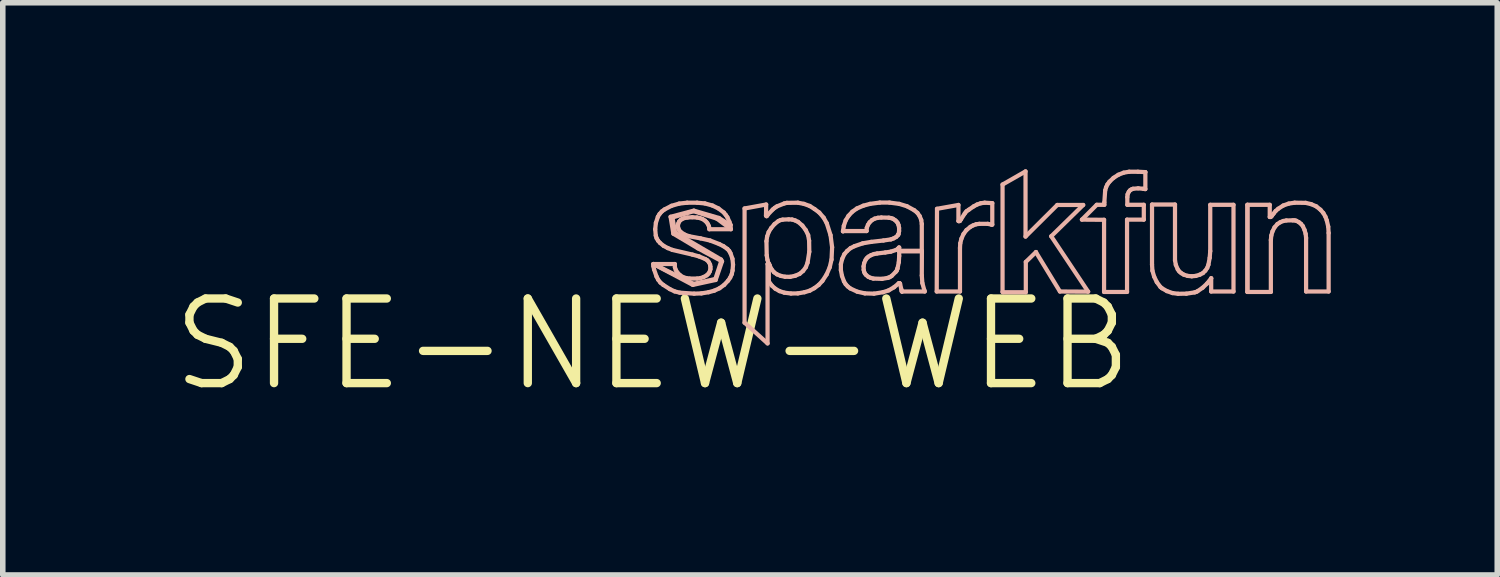
<source format=kicad_pcb>
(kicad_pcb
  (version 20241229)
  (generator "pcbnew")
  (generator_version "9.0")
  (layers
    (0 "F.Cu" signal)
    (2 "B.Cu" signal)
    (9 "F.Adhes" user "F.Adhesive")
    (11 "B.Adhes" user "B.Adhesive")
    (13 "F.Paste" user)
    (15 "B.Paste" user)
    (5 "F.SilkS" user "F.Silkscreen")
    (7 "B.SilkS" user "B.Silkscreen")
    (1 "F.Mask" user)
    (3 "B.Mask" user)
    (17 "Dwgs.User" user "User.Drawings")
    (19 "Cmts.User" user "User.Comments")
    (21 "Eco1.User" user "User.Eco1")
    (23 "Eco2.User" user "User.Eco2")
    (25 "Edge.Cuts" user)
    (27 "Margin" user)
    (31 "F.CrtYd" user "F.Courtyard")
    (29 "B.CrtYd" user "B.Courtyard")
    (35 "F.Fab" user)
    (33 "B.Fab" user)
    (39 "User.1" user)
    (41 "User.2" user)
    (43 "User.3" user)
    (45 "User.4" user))
  (footprint "SFE-NEW-WEB"
    (layer "F.Cu")
    (at 8.709 3.155)
    (property "Reference" "SFE-NEW-WEB" (at 0 0 0) (layer "F.SilkS") (effects (font (size 1.524 1.524) (thickness 0.15))))
    (attr exclude_from_pos_files exclude_from_bom)
    (fp_line (start 0.013 -1.448) (end 0.013 -1.41) (stroke (width 0.076) (type solid)) (layer "B.SilkS"))
    (fp_line (start 0.013 -1.448) (end 0.724 -1.072) (stroke (width 0.076) (type solid)) (layer "B.SilkS"))
    (fp_line (start 0.013 -1.41) (end 0.025 -1.351) (stroke (width 0.076) (type solid)) (layer "B.SilkS"))
    (fp_line (start 0.025 -1.351) (end 0.069 -1.224) (stroke (width 0.076) (type solid)) (layer "B.SilkS"))
    (fp_line (start 0.046 -2.075) (end 0.056 -1.961) (stroke (width 0.076) (type solid)) (layer "B.SilkS"))
    (fp_line (start 0.056 -1.961) (end 0.071 -1.913) (stroke (width 0.076) (type solid)) (layer "B.SilkS"))
    (fp_line (start 0.058 -2.189) (end 0.046 -2.075) (stroke (width 0.076) (type solid)) (layer "B.SilkS"))
    (fp_line (start 0.069 -1.224) (end 0.099 -1.166) (stroke (width 0.076) (type solid)) (layer "B.SilkS"))
    (fp_line (start 0.071 -1.913) (end 0.097 -1.869) (stroke (width 0.076) (type solid)) (layer "B.SilkS"))
    (fp_line (start 0.094 -2.299) (end 0.058 -2.189) (stroke (width 0.076) (type solid)) (layer "B.SilkS"))
    (fp_line (start 0.097 -1.869) (end 0.132 -1.829) (stroke (width 0.076) (type solid)) (layer "B.SilkS"))
    (fp_line (start 0.099 -1.166) (end 0.14 -1.113) (stroke (width 0.076) (type solid)) (layer "B.SilkS"))
    (fp_line (start 0.124 -2.349) (end 0.094 -2.299) (stroke (width 0.076) (type solid)) (layer "B.SilkS"))
    (fp_line (start 0.132 -1.829) (end 0.198 -1.775) (stroke (width 0.076) (type solid)) (layer "B.SilkS"))
    (fp_line (start 0.14 -1.113) (end 0.191 -1.072) (stroke (width 0.076) (type solid)) (layer "B.SilkS"))
    (fp_line (start 0.165 -2.395) (end 0.124 -2.349) (stroke (width 0.076) (type solid)) (layer "B.SilkS"))
    (fp_line (start 0.191 -1.072) (end 0.31 -0.996) (stroke (width 0.076) (type solid)) (layer "B.SilkS"))
    (fp_line (start 0.198 -1.775) (end 0.274 -1.735) (stroke (width 0.076) (type solid)) (layer "B.SilkS"))
    (fp_line (start 0.213 -2.431) (end 0.165 -2.395) (stroke (width 0.076) (type solid)) (layer "B.SilkS"))
    (fp_line (start 0.274 -1.735) (end 0.356 -1.702) (stroke (width 0.076) (type solid)) (layer "B.SilkS"))
    (fp_line (start 0.31 -0.996) (end 0.396 -0.955) (stroke (width 0.076) (type solid)) (layer "B.SilkS"))
    (fp_line (start 0.323 -2.299) (end 0.373 -1.994) (stroke (width 0.076) (type solid)) (layer "B.SilkS"))
    (fp_line (start 0.34 -2.497) (end 0.213 -2.431) (stroke (width 0.076) (type solid)) (layer "B.SilkS"))
    (fp_line (start 0.356 -2.286) (end 0.737 -2.4) (stroke (width 0.076) (type solid)) (layer "B.SilkS"))
    (fp_line (start 0.356 -1.702) (end 0.716 -1.618) (stroke (width 0.076) (type solid)) (layer "B.SilkS"))
    (fp_line (start 0.373 -1.994) (end 0.813 -1.732) (stroke (width 0.076) (type solid)) (layer "B.SilkS"))
    (fp_line (start 0.396 -0.955) (end 0.488 -0.932) (stroke (width 0.076) (type solid)) (layer "B.SilkS"))
    (fp_line (start 0.399 -1.448) (end 0.013 -1.448) (stroke (width 0.076) (type solid)) (layer "B.SilkS"))
    (fp_line (start 0.399 -1.44) (end 0.399 -1.448) (stroke (width 0.076) (type solid)) (layer "B.SilkS"))
    (fp_line (start 0.401 -1.389) (end 0.399 -1.44) (stroke (width 0.076) (type solid)) (layer "B.SilkS"))
    (fp_line (start 0.406 -2.012) (end 0.356 -2.286) (stroke (width 0.076) (type solid)) (layer "B.SilkS"))
    (fp_line (start 0.417 -1.341) (end 0.401 -1.389) (stroke (width 0.076) (type solid)) (layer "B.SilkS"))
    (fp_line (start 0.445 -1.295) (end 0.417 -1.341) (stroke (width 0.076) (type solid)) (layer "B.SilkS"))
    (fp_line (start 0.455 -2.134) (end 0.46 -2.174) (stroke (width 0.076) (type solid)) (layer "B.SilkS"))
    (fp_line (start 0.46 -2.174) (end 0.475 -2.21) (stroke (width 0.076) (type solid)) (layer "B.SilkS"))
    (fp_line (start 0.462 -2.093) (end 0.455 -2.134) (stroke (width 0.076) (type solid)) (layer "B.SilkS"))
    (fp_line (start 0.475 -2.21) (end 0.503 -2.24) (stroke (width 0.076) (type solid)) (layer "B.SilkS"))
    (fp_line (start 0.478 -2.537) (end 0.34 -2.497) (stroke (width 0.076) (type solid)) (layer "B.SilkS"))
    (fp_line (start 0.48 -2.052) (end 0.462 -2.093) (stroke (width 0.076) (type solid)) (layer "B.SilkS"))
    (fp_line (start 0.488 -0.932) (end 0.747 -0.914) (stroke (width 0.076) (type solid)) (layer "B.SilkS"))
    (fp_line (start 0.49 -1.25) (end 0.445 -1.295) (stroke (width 0.076) (type solid)) (layer "B.SilkS"))
    (fp_line (start 0.503 -2.24) (end 0.533 -2.261) (stroke (width 0.076) (type solid)) (layer "B.SilkS"))
    (fp_line (start 0.513 -2.019) (end 0.48 -2.052) (stroke (width 0.076) (type solid)) (layer "B.SilkS"))
    (fp_line (start 0.533 -2.261) (end 0.579 -2.278) (stroke (width 0.076) (type solid)) (layer "B.SilkS"))
    (fp_line (start 0.544 -1.214) (end 0.49 -1.25) (stroke (width 0.076) (type solid)) (layer "B.SilkS"))
    (fp_line (start 0.579 -2.278) (end 0.627 -2.286) (stroke (width 0.076) (type solid)) (layer "B.SilkS"))
    (fp_line (start 0.582 -1.976) (end 0.513 -2.019) (stroke (width 0.076) (type solid)) (layer "B.SilkS"))
    (fp_line (start 0.607 -1.194) (end 0.544 -1.214) (stroke (width 0.076) (type solid)) (layer "B.SilkS"))
    (fp_line (start 0.622 -2.553) (end 0.478 -2.537) (stroke (width 0.076) (type solid)) (layer "B.SilkS"))
    (fp_line (start 0.627 -2.286) (end 0.714 -2.291) (stroke (width 0.076) (type solid)) (layer "B.SilkS"))
    (fp_line (start 0.66 -1.948) (end 0.582 -1.976) (stroke (width 0.076) (type solid)) (layer "B.SilkS"))
    (fp_line (start 0.665 -1.186) (end 0.607 -1.194) (stroke (width 0.076) (type solid)) (layer "B.SilkS"))
    (fp_line (start 0.714 -2.291) (end 0.8 -2.286) (stroke (width 0.076) (type solid)) (layer "B.SilkS"))
    (fp_line (start 0.716 -1.618) (end 0.836 -1.585) (stroke (width 0.076) (type solid)) (layer "B.SilkS"))
    (fp_line (start 0.724 -1.072) (end 1.135 -1.161) (stroke (width 0.076) (type solid)) (layer "B.SilkS"))
    (fp_line (start 0.737 -2.4) (end 1.156 -2.266) (stroke (width 0.076) (type solid)) (layer "B.SilkS"))
    (fp_line (start 0.737 -1.09) (end 0.013 -1.448) (stroke (width 0.076) (type solid)) (layer "B.SilkS"))
    (fp_line (start 0.742 -2.41) (end 0.323 -2.299) (stroke (width 0.076) (type solid)) (layer "B.SilkS"))
    (fp_line (start 0.747 -0.914) (end 0.879 -0.919) (stroke (width 0.076) (type solid)) (layer "B.SilkS"))
    (fp_line (start 0.8 -2.553) (end 0.622 -2.553) (stroke (width 0.076) (type solid)) (layer "B.SilkS"))
    (fp_line (start 0.8 -2.286) (end 0.851 -2.276) (stroke (width 0.076) (type solid)) (layer "B.SilkS"))
    (fp_line (start 0.8 -1.186) (end 0.665 -1.186) (stroke (width 0.076) (type solid)) (layer "B.SilkS"))
    (fp_line (start 0.813 -1.732) (end 1.237 -1.504) (stroke (width 0.076) (type solid)) (layer "B.SilkS"))
    (fp_line (start 0.836 -1.585) (end 0.95 -1.537) (stroke (width 0.076) (type solid)) (layer "B.SilkS"))
    (fp_line (start 0.851 -2.276) (end 0.899 -2.258) (stroke (width 0.076) (type solid)) (layer "B.SilkS"))
    (fp_line (start 0.861 -1.194) (end 0.8 -1.186) (stroke (width 0.076) (type solid)) (layer "B.SilkS"))
    (fp_line (start 0.864 -1.91) (end 0.66 -1.948) (stroke (width 0.076) (type solid)) (layer "B.SilkS"))
    (fp_line (start 0.879 -0.919) (end 1.008 -0.94) (stroke (width 0.076) (type solid)) (layer "B.SilkS"))
    (fp_line (start 0.899 -2.258) (end 0.945 -2.228) (stroke (width 0.076) (type solid)) (layer "B.SilkS"))
    (fp_line (start 0.919 -1.214) (end 0.861 -1.194) (stroke (width 0.076) (type solid)) (layer "B.SilkS"))
    (fp_line (start 0.94 -2.54) (end 0.8 -2.553) (stroke (width 0.076) (type solid)) (layer "B.SilkS"))
    (fp_line (start 0.945 -2.228) (end 0.973 -2.2) (stroke (width 0.076) (type solid)) (layer "B.SilkS"))
    (fp_line (start 0.95 -1.537) (end 0.986 -1.514) (stroke (width 0.076) (type solid)) (layer "B.SilkS"))
    (fp_line (start 0.973 -2.2) (end 0.996 -2.167) (stroke (width 0.076) (type solid)) (layer "B.SilkS"))
    (fp_line (start 0.975 -1.245) (end 0.919 -1.214) (stroke (width 0.076) (type solid)) (layer "B.SilkS"))
    (fp_line (start 0.986 -1.514) (end 1.013 -1.481) (stroke (width 0.076) (type solid)) (layer "B.SilkS"))
    (fp_line (start 0.996 -2.167) (end 1.013 -2.131) (stroke (width 0.076) (type solid)) (layer "B.SilkS"))
    (fp_line (start 1.006 -1.275) (end 0.975 -1.245) (stroke (width 0.076) (type solid)) (layer "B.SilkS"))
    (fp_line (start 1.008 -0.94) (end 1.11 -0.968) (stroke (width 0.076) (type solid)) (layer "B.SilkS"))
    (fp_line (start 1.013 -2.131) (end 1.019 -2.103) (stroke (width 0.076) (type solid)) (layer "B.SilkS"))
    (fp_line (start 1.013 -1.481) (end 1.034 -1.44) (stroke (width 0.076) (type solid)) (layer "B.SilkS"))
    (fp_line (start 1.019 -2.103) (end 1.021 -2.075) (stroke (width 0.076) (type solid)) (layer "B.SilkS"))
    (fp_line (start 1.021 -2.075) (end 1.41 -2.075) (stroke (width 0.076) (type solid)) (layer "B.SilkS"))
    (fp_line (start 1.029 -1.313) (end 1.006 -1.275) (stroke (width 0.076) (type solid)) (layer "B.SilkS"))
    (fp_line (start 1.034 -1.872) (end 0.864 -1.91) (stroke (width 0.076) (type solid)) (layer "B.SilkS"))
    (fp_line (start 1.034 -1.44) (end 1.041 -1.4) (stroke (width 0.076) (type solid)) (layer "B.SilkS"))
    (fp_line (start 1.041 -1.4) (end 1.041 -1.356) (stroke (width 0.076) (type solid)) (layer "B.SilkS"))
    (fp_line (start 1.041 -1.356) (end 1.029 -1.313) (stroke (width 0.076) (type solid)) (layer "B.SilkS"))
    (fp_line (start 1.077 -2.502) (end 0.94 -2.54) (stroke (width 0.076) (type solid)) (layer "B.SilkS"))
    (fp_line (start 1.11 -0.968) (end 1.204 -1.011) (stroke (width 0.076) (type solid)) (layer "B.SilkS"))
    (fp_line (start 1.13 -1.179) (end 0.737 -1.09) (stroke (width 0.076) (type solid)) (layer "B.SilkS"))
    (fp_line (start 1.135 -1.161) (end 1.25 -1.496) (stroke (width 0.076) (type solid)) (layer "B.SilkS"))
    (fp_line (start 1.156 -2.266) (end 1.351 -2.121) (stroke (width 0.076) (type solid)) (layer "B.SilkS"))
    (fp_line (start 1.186 -2.449) (end 1.077 -2.502) (stroke (width 0.076) (type solid)) (layer "B.SilkS"))
    (fp_line (start 1.194 -2.278) (end 0.742 -2.41) (stroke (width 0.076) (type solid)) (layer "B.SilkS"))
    (fp_line (start 1.199 -1.808) (end 1.034 -1.872) (stroke (width 0.076) (type solid)) (layer "B.SilkS"))
    (fp_line (start 1.204 -1.011) (end 1.288 -1.072) (stroke (width 0.076) (type solid)) (layer "B.SilkS"))
    (fp_line (start 1.232 -1.529) (end 0.406 -2.012) (stroke (width 0.076) (type solid)) (layer "B.SilkS"))
    (fp_line (start 1.237 -1.504) (end 1.13 -1.179) (stroke (width 0.076) (type solid)) (layer "B.SilkS"))
    (fp_line (start 1.25 -1.496) (end 1.232 -1.529) (stroke (width 0.076) (type solid)) (layer "B.SilkS"))
    (fp_line (start 1.275 -1.77) (end 1.199 -1.808) (stroke (width 0.076) (type solid)) (layer "B.SilkS"))
    (fp_line (start 1.283 -2.375) (end 1.186 -2.449) (stroke (width 0.076) (type solid)) (layer "B.SilkS"))
    (fp_line (start 1.288 -1.072) (end 1.359 -1.148) (stroke (width 0.076) (type solid)) (layer "B.SilkS"))
    (fp_line (start 1.316 -2.334) (end 1.283 -2.375) (stroke (width 0.076) (type solid)) (layer "B.SilkS"))
    (fp_line (start 1.346 -2.291) (end 1.316 -2.334) (stroke (width 0.076) (type solid)) (layer "B.SilkS"))
    (fp_line (start 1.346 -1.72) (end 1.275 -1.77) (stroke (width 0.076) (type solid)) (layer "B.SilkS"))
    (fp_line (start 1.351 -2.121) (end 1.402 -2.156) (stroke (width 0.076) (type solid)) (layer "B.SilkS"))
    (fp_line (start 1.359 -1.148) (end 1.397 -1.204) (stroke (width 0.076) (type solid)) (layer "B.SilkS"))
    (fp_line (start 1.379 -1.684) (end 1.346 -1.72) (stroke (width 0.076) (type solid)) (layer "B.SilkS"))
    (fp_line (start 1.382 -2.21) (end 1.346 -2.291) (stroke (width 0.076) (type solid)) (layer "B.SilkS"))
    (fp_line (start 1.397 -1.204) (end 1.425 -1.265) (stroke (width 0.076) (type solid)) (layer "B.SilkS"))
    (fp_line (start 1.402 -2.156) (end 1.382 -2.21) (stroke (width 0.076) (type solid)) (layer "B.SilkS"))
    (fp_line (start 1.402 -2.146) (end 1.194 -2.278) (stroke (width 0.076) (type solid)) (layer "B.SilkS"))
    (fp_line (start 1.402 -1.643) (end 1.379 -1.684) (stroke (width 0.076) (type solid)) (layer "B.SilkS"))
    (fp_line (start 1.41 -2.075) (end 1.402 -2.146) (stroke (width 0.076) (type solid)) (layer "B.SilkS"))
    (fp_line (start 1.425 -1.265) (end 1.44 -1.333) (stroke (width 0.076) (type solid)) (layer "B.SilkS"))
    (fp_line (start 1.438 -1.542) (end 1.402 -1.643) (stroke (width 0.076) (type solid)) (layer "B.SilkS"))
    (fp_line (start 1.44 -1.333) (end 1.448 -1.435) (stroke (width 0.076) (type solid)) (layer "B.SilkS"))
    (fp_line (start 1.448 -1.435) (end 1.438 -1.542) (stroke (width 0.076) (type solid)) (layer "B.SilkS"))
    (fp_line (start 1.656 -2.449) (end 2.045 -2.52) (stroke (width 0.076) (type solid)) (layer "B.SilkS"))
    (fp_line (start 1.656 -0.391) (end 1.656 -2.449) (stroke (width 0.076) (type solid)) (layer "B.SilkS"))
    (fp_line (start 2.042 -2.322) (end 2.05 -2.311) (stroke (width 0.076) (type solid)) (layer "B.SilkS"))
    (fp_line (start 2.045 -2.52) (end 2.042 -2.322) (stroke (width 0.076) (type solid)) (layer "B.SilkS"))
    (fp_line (start 2.05 -2.311) (end 2.055 -2.311) (stroke (width 0.076) (type solid)) (layer "B.SilkS"))
    (fp_line (start 2.05 -1.859) (end 2.055 -1.605) (stroke (width 0.076) (type solid)) (layer "B.SilkS"))
    (fp_line (start 2.055 -2.311) (end 2.075 -2.337) (stroke (width 0.076) (type solid)) (layer "B.SilkS"))
    (fp_line (start 2.055 -1.605) (end 2.068 -1.524) (stroke (width 0.076) (type solid)) (layer "B.SilkS"))
    (fp_line (start 2.062 -1.943) (end 2.05 -1.859) (stroke (width 0.076) (type solid)) (layer "B.SilkS"))
    (fp_line (start 2.068 -1.524) (end 2.088 -1.458) (stroke (width 0.076) (type solid)) (layer "B.SilkS"))
    (fp_line (start 2.07 -1.448) (end 2.07 -0.018) (stroke (width 0.076) (type solid)) (layer "B.SilkS"))
    (fp_line (start 2.07 -0.018) (end 1.656 -0.391) (stroke (width 0.076) (type solid)) (layer "B.SilkS"))
    (fp_line (start 2.075 -2.337) (end 2.164 -2.431) (stroke (width 0.076) (type solid)) (layer "B.SilkS"))
    (fp_line (start 2.083 -1.448) (end 2.07 -1.448) (stroke (width 0.076) (type solid)) (layer "B.SilkS"))
    (fp_line (start 2.085 -1.448) (end 2.083 -1.448) (stroke (width 0.076) (type solid)) (layer "B.SilkS"))
    (fp_line (start 2.088 -1.458) (end 2.09 -1.453) (stroke (width 0.076) (type solid)) (layer "B.SilkS"))
    (fp_line (start 2.088 -1.45) (end 2.085 -1.448) (stroke (width 0.076) (type solid)) (layer "B.SilkS"))
    (fp_line (start 2.09 -2.024) (end 2.062 -1.943) (stroke (width 0.076) (type solid)) (layer "B.SilkS"))
    (fp_line (start 2.09 -1.453) (end 2.088 -1.45) (stroke (width 0.076) (type solid)) (layer "B.SilkS"))
    (fp_line (start 2.093 -1.433) (end 2.101 -1.44) (stroke (width 0.076) (type solid)) (layer "B.SilkS"))
    (fp_line (start 2.093 -1.135) (end 2.093 -1.433) (stroke (width 0.076) (type solid)) (layer "B.SilkS"))
    (fp_line (start 2.101 -1.44) (end 2.101 -1.435) (stroke (width 0.076) (type solid)) (layer "B.SilkS"))
    (fp_line (start 2.101 -1.435) (end 2.101 -1.425) (stroke (width 0.076) (type solid)) (layer "B.SilkS"))
    (fp_line (start 2.101 -1.425) (end 2.108 -1.415) (stroke (width 0.076) (type solid)) (layer "B.SilkS"))
    (fp_line (start 2.108 -1.415) (end 2.113 -1.41) (stroke (width 0.076) (type solid)) (layer "B.SilkS"))
    (fp_line (start 2.113 -1.41) (end 2.144 -1.351) (stroke (width 0.076) (type solid)) (layer "B.SilkS"))
    (fp_line (start 2.134 -2.095) (end 2.09 -2.024) (stroke (width 0.076) (type solid)) (layer "B.SilkS"))
    (fp_line (start 2.144 -1.351) (end 2.187 -1.3) (stroke (width 0.076) (type solid)) (layer "B.SilkS"))
    (fp_line (start 2.144 -1.062) (end 2.093 -1.135) (stroke (width 0.076) (type solid)) (layer "B.SilkS"))
    (fp_line (start 2.164 -2.431) (end 2.2 -2.461) (stroke (width 0.076) (type solid)) (layer "B.SilkS"))
    (fp_line (start 2.187 -1.3) (end 2.24 -1.262) (stroke (width 0.076) (type solid)) (layer "B.SilkS"))
    (fp_line (start 2.195 -2.167) (end 2.134 -2.095) (stroke (width 0.076) (type solid)) (layer "B.SilkS"))
    (fp_line (start 2.2 -2.461) (end 2.24 -2.487) (stroke (width 0.076) (type solid)) (layer "B.SilkS"))
    (fp_line (start 2.21 -1.003) (end 2.144 -1.062) (stroke (width 0.076) (type solid)) (layer "B.SilkS"))
    (fp_line (start 2.24 -2.487) (end 2.372 -2.54) (stroke (width 0.076) (type solid)) (layer "B.SilkS"))
    (fp_line (start 2.24 -1.262) (end 2.309 -1.234) (stroke (width 0.076) (type solid)) (layer "B.SilkS"))
    (fp_line (start 2.266 -2.223) (end 2.195 -2.167) (stroke (width 0.076) (type solid)) (layer "B.SilkS"))
    (fp_line (start 2.286 -0.96) (end 2.21 -1.003) (stroke (width 0.076) (type solid)) (layer "B.SilkS"))
    (fp_line (start 2.304 -2.24) (end 2.266 -2.223) (stroke (width 0.076) (type solid)) (layer "B.SilkS"))
    (fp_line (start 2.309 -1.234) (end 2.385 -1.219) (stroke (width 0.076) (type solid)) (layer "B.SilkS"))
    (fp_line (start 2.342 -2.248) (end 2.304 -2.24) (stroke (width 0.076) (type solid)) (layer "B.SilkS"))
    (fp_line (start 2.372 -2.54) (end 2.418 -2.55) (stroke (width 0.076) (type solid)) (layer "B.SilkS"))
    (fp_line (start 2.372 -0.932) (end 2.286 -0.96) (stroke (width 0.076) (type solid)) (layer "B.SilkS"))
    (fp_line (start 2.385 -1.219) (end 2.477 -1.217) (stroke (width 0.076) (type solid)) (layer "B.SilkS"))
    (fp_line (start 2.418 -2.55) (end 2.616 -2.553) (stroke (width 0.076) (type solid)) (layer "B.SilkS"))
    (fp_line (start 2.451 -2.253) (end 2.342 -2.248) (stroke (width 0.076) (type solid)) (layer "B.SilkS"))
    (fp_line (start 2.477 -1.217) (end 2.57 -1.237) (stroke (width 0.076) (type solid)) (layer "B.SilkS"))
    (fp_line (start 2.492 -0.917) (end 2.372 -0.932) (stroke (width 0.076) (type solid)) (layer "B.SilkS"))
    (fp_line (start 2.512 -2.25) (end 2.451 -2.253) (stroke (width 0.076) (type solid)) (layer "B.SilkS"))
    (fp_line (start 2.568 -2.233) (end 2.512 -2.25) (stroke (width 0.076) (type solid)) (layer "B.SilkS"))
    (fp_line (start 2.57 -1.237) (end 2.647 -1.27) (stroke (width 0.076) (type solid)) (layer "B.SilkS"))
    (fp_line (start 2.616 -2.553) (end 2.725 -2.532) (stroke (width 0.076) (type solid)) (layer "B.SilkS"))
    (fp_line (start 2.616 -0.919) (end 2.492 -0.917) (stroke (width 0.076) (type solid)) (layer "B.SilkS"))
    (fp_line (start 2.621 -2.207) (end 2.568 -2.233) (stroke (width 0.076) (type solid)) (layer "B.SilkS"))
    (fp_line (start 2.647 -1.27) (end 2.71 -1.323) (stroke (width 0.076) (type solid)) (layer "B.SilkS"))
    (fp_line (start 2.697 -2.141) (end 2.621 -2.207) (stroke (width 0.076) (type solid)) (layer "B.SilkS"))
    (fp_line (start 2.71 -1.323) (end 2.761 -1.392) (stroke (width 0.076) (type solid)) (layer "B.SilkS"))
    (fp_line (start 2.725 -2.532) (end 2.83 -2.494) (stroke (width 0.076) (type solid)) (layer "B.SilkS"))
    (fp_line (start 2.736 -0.94) (end 2.616 -0.919) (stroke (width 0.076) (type solid)) (layer "B.SilkS"))
    (fp_line (start 2.758 -2.06) (end 2.697 -2.141) (stroke (width 0.076) (type solid)) (layer "B.SilkS"))
    (fp_line (start 2.761 -1.392) (end 2.791 -1.473) (stroke (width 0.076) (type solid)) (layer "B.SilkS"))
    (fp_line (start 2.791 -1.473) (end 2.822 -1.669) (stroke (width 0.076) (type solid)) (layer "B.SilkS"))
    (fp_line (start 2.802 -1.968) (end 2.758 -2.06) (stroke (width 0.076) (type solid)) (layer "B.SilkS"))
    (fp_line (start 2.819 -1.867) (end 2.802 -1.968) (stroke (width 0.076) (type solid)) (layer "B.SilkS"))
    (fp_line (start 2.822 -1.669) (end 2.819 -1.867) (stroke (width 0.076) (type solid)) (layer "B.SilkS"))
    (fp_line (start 2.83 -2.494) (end 2.918 -2.438) (stroke (width 0.076) (type solid)) (layer "B.SilkS"))
    (fp_line (start 2.83 -0.968) (end 2.736 -0.94) (stroke (width 0.076) (type solid)) (layer "B.SilkS"))
    (fp_line (start 2.913 -1.013) (end 2.83 -0.968) (stroke (width 0.076) (type solid)) (layer "B.SilkS"))
    (fp_line (start 2.918 -2.438) (end 3.002 -2.375) (stroke (width 0.076) (type solid)) (layer "B.SilkS"))
    (fp_line (start 2.992 -1.072) (end 2.913 -1.013) (stroke (width 0.076) (type solid)) (layer "B.SilkS"))
    (fp_line (start 3.002 -2.375) (end 3.081 -2.283) (stroke (width 0.076) (type solid)) (layer "B.SilkS"))
    (fp_line (start 3.058 -1.143) (end 2.992 -1.072) (stroke (width 0.076) (type solid)) (layer "B.SilkS"))
    (fp_line (start 3.081 -2.283) (end 3.137 -2.182) (stroke (width 0.076) (type solid)) (layer "B.SilkS"))
    (fp_line (start 3.134 -1.26) (end 3.058 -1.143) (stroke (width 0.076) (type solid)) (layer "B.SilkS"))
    (fp_line (start 3.137 -2.182) (end 3.205 -1.968) (stroke (width 0.076) (type solid)) (layer "B.SilkS"))
    (fp_line (start 3.19 -1.389) (end 3.134 -1.26) (stroke (width 0.076) (type solid)) (layer "B.SilkS"))
    (fp_line (start 3.205 -1.968) (end 3.233 -1.75) (stroke (width 0.076) (type solid)) (layer "B.SilkS"))
    (fp_line (start 3.223 -1.529) (end 3.19 -1.389) (stroke (width 0.076) (type solid)) (layer "B.SilkS"))
    (fp_line (start 3.233 -1.75) (end 3.223 -1.529) (stroke (width 0.076) (type solid)) (layer "B.SilkS"))
    (fp_line (start 3.391 -1.445) (end 3.391 -1.339) (stroke (width 0.076) (type solid)) (layer "B.SilkS"))
    (fp_line (start 3.391 -1.339) (end 3.411 -1.234) (stroke (width 0.076) (type solid)) (layer "B.SilkS"))
    (fp_line (start 3.411 -1.234) (end 3.447 -1.135) (stroke (width 0.076) (type solid)) (layer "B.SilkS"))
    (fp_line (start 3.414 -1.539) (end 3.391 -1.445) (stroke (width 0.076) (type solid)) (layer "B.SilkS"))
    (fp_line (start 3.429 -2.042) (end 3.853 -2.042) (stroke (width 0.076) (type solid)) (layer "B.SilkS"))
    (fp_line (start 3.429 -2.037) (end 3.429 -2.042) (stroke (width 0.076) (type solid)) (layer "B.SilkS"))
    (fp_line (start 3.444 -2.136) (end 3.429 -2.037) (stroke (width 0.076) (type solid)) (layer "B.SilkS"))
    (fp_line (start 3.447 -1.135) (end 3.477 -1.085) (stroke (width 0.076) (type solid)) (layer "B.SilkS"))
    (fp_line (start 3.454 -1.626) (end 3.414 -1.539) (stroke (width 0.076) (type solid)) (layer "B.SilkS"))
    (fp_line (start 3.477 -2.233) (end 3.444 -2.136) (stroke (width 0.076) (type solid)) (layer "B.SilkS"))
    (fp_line (start 3.477 -1.085) (end 3.515 -1.044) (stroke (width 0.076) (type solid)) (layer "B.SilkS"))
    (fp_line (start 3.505 -1.684) (end 3.454 -1.626) (stroke (width 0.076) (type solid)) (layer "B.SilkS"))
    (fp_line (start 3.515 -1.044) (end 3.561 -1.008) (stroke (width 0.076) (type solid)) (layer "B.SilkS"))
    (fp_line (start 3.528 -2.316) (end 3.477 -2.233) (stroke (width 0.076) (type solid)) (layer "B.SilkS"))
    (fp_line (start 3.561 -1.008) (end 3.686 -0.95) (stroke (width 0.076) (type solid)) (layer "B.SilkS"))
    (fp_line (start 3.566 -1.735) (end 3.505 -1.684) (stroke (width 0.076) (type solid)) (layer "B.SilkS"))
    (fp_line (start 3.597 -2.39) (end 3.528 -2.316) (stroke (width 0.076) (type solid)) (layer "B.SilkS"))
    (fp_line (start 3.637 -1.77) (end 3.566 -1.735) (stroke (width 0.076) (type solid)) (layer "B.SilkS"))
    (fp_line (start 3.68 -2.449) (end 3.597 -2.39) (stroke (width 0.076) (type solid)) (layer "B.SilkS"))
    (fp_line (start 3.686 -0.95) (end 3.823 -0.919) (stroke (width 0.076) (type solid)) (layer "B.SilkS"))
    (fp_line (start 3.785 -1.821) (end 3.637 -1.77) (stroke (width 0.076) (type solid)) (layer "B.SilkS"))
    (fp_line (start 3.795 -2.499) (end 3.68 -2.449) (stroke (width 0.076) (type solid)) (layer "B.SilkS"))
    (fp_line (start 3.8 -1.405) (end 3.81 -1.463) (stroke (width 0.076) (type solid)) (layer "B.SilkS"))
    (fp_line (start 3.802 -1.344) (end 3.8 -1.405) (stroke (width 0.076) (type solid)) (layer "B.SilkS"))
    (fp_line (start 3.81 -1.463) (end 3.835 -1.521) (stroke (width 0.076) (type solid)) (layer "B.SilkS"))
    (fp_line (start 3.81 -1.308) (end 3.802 -1.344) (stroke (width 0.076) (type solid)) (layer "B.SilkS"))
    (fp_line (start 3.823 -1.278) (end 3.81 -1.308) (stroke (width 0.076) (type solid)) (layer "B.SilkS"))
    (fp_line (start 3.823 -0.919) (end 3.988 -0.914) (stroke (width 0.076) (type solid)) (layer "B.SilkS"))
    (fp_line (start 3.835 -1.521) (end 3.856 -1.552) (stroke (width 0.076) (type solid)) (layer "B.SilkS"))
    (fp_line (start 3.846 -1.25) (end 3.823 -1.278) (stroke (width 0.076) (type solid)) (layer "B.SilkS"))
    (fp_line (start 3.853 -2.045) (end 3.858 -2.101) (stroke (width 0.076) (type solid)) (layer "B.SilkS"))
    (fp_line (start 3.853 -2.042) (end 3.853 -2.045) (stroke (width 0.076) (type solid)) (layer "B.SilkS"))
    (fp_line (start 3.856 -1.552) (end 3.886 -1.58) (stroke (width 0.076) (type solid)) (layer "B.SilkS"))
    (fp_line (start 3.858 -2.101) (end 3.879 -2.154) (stroke (width 0.076) (type solid)) (layer "B.SilkS"))
    (fp_line (start 3.879 -2.154) (end 3.909 -2.2) (stroke (width 0.076) (type solid)) (layer "B.SilkS"))
    (fp_line (start 3.884 -1.219) (end 3.846 -1.25) (stroke (width 0.076) (type solid)) (layer "B.SilkS"))
    (fp_line (start 3.886 -1.58) (end 3.934 -1.608) (stroke (width 0.076) (type solid)) (layer "B.SilkS"))
    (fp_line (start 3.909 -2.2) (end 3.95 -2.238) (stroke (width 0.076) (type solid)) (layer "B.SilkS"))
    (fp_line (start 3.917 -2.532) (end 3.795 -2.499) (stroke (width 0.076) (type solid)) (layer "B.SilkS"))
    (fp_line (start 3.927 -1.199) (end 3.884 -1.219) (stroke (width 0.076) (type solid)) (layer "B.SilkS"))
    (fp_line (start 3.934 -1.608) (end 3.988 -1.628) (stroke (width 0.076) (type solid)) (layer "B.SilkS"))
    (fp_line (start 3.937 -1.847) (end 3.785 -1.821) (stroke (width 0.076) (type solid)) (layer "B.SilkS"))
    (fp_line (start 3.95 -2.238) (end 4 -2.266) (stroke (width 0.076) (type solid)) (layer "B.SilkS"))
    (fp_line (start 3.975 -1.186) (end 3.927 -1.199) (stroke (width 0.076) (type solid)) (layer "B.SilkS"))
    (fp_line (start 3.988 -1.628) (end 4.044 -1.638) (stroke (width 0.076) (type solid)) (layer "B.SilkS"))
    (fp_line (start 3.988 -0.914) (end 4.15 -0.94) (stroke (width 0.076) (type solid)) (layer "B.SilkS"))
    (fp_line (start 4 -2.266) (end 4.059 -2.281) (stroke (width 0.076) (type solid)) (layer "B.SilkS"))
    (fp_line (start 4.044 -1.638) (end 4.191 -1.656) (stroke (width 0.076) (type solid)) (layer "B.SilkS"))
    (fp_line (start 4.059 -2.281) (end 4.12 -2.286) (stroke (width 0.076) (type solid)) (layer "B.SilkS"))
    (fp_line (start 4.092 -2.555) (end 3.917 -2.532) (stroke (width 0.076) (type solid)) (layer "B.SilkS"))
    (fp_line (start 4.12 -2.286) (end 4.255 -2.283) (stroke (width 0.076) (type solid)) (layer "B.SilkS"))
    (fp_line (start 4.133 -1.181) (end 3.975 -1.186) (stroke (width 0.076) (type solid)) (layer "B.SilkS"))
    (fp_line (start 4.15 -0.94) (end 4.252 -0.973) (stroke (width 0.076) (type solid)) (layer "B.SilkS"))
    (fp_line (start 4.158 -1.872) (end 3.937 -1.847) (stroke (width 0.076) (type solid)) (layer "B.SilkS"))
    (fp_line (start 4.191 -1.656) (end 4.29 -1.671) (stroke (width 0.076) (type solid)) (layer "B.SilkS"))
    (fp_line (start 4.239 -1.199) (end 4.133 -1.181) (stroke (width 0.076) (type solid)) (layer "B.SilkS"))
    (fp_line (start 4.252 -0.973) (end 4.348 -1.029) (stroke (width 0.076) (type solid)) (layer "B.SilkS"))
    (fp_line (start 4.255 -2.283) (end 4.295 -2.276) (stroke (width 0.076) (type solid)) (layer "B.SilkS"))
    (fp_line (start 4.267 -2.555) (end 4.092 -2.555) (stroke (width 0.076) (type solid)) (layer "B.SilkS"))
    (fp_line (start 4.272 -1.212) (end 4.239 -1.199) (stroke (width 0.076) (type solid)) (layer "B.SilkS"))
    (fp_line (start 4.29 -1.671) (end 4.387 -1.702) (stroke (width 0.076) (type solid)) (layer "B.SilkS"))
    (fp_line (start 4.293 -1.892) (end 4.158 -1.872) (stroke (width 0.076) (type solid)) (layer "B.SilkS"))
    (fp_line (start 4.295 -2.276) (end 4.331 -2.263) (stroke (width 0.076) (type solid)) (layer "B.SilkS"))
    (fp_line (start 4.305 -1.232) (end 4.272 -1.212) (stroke (width 0.076) (type solid)) (layer "B.SilkS"))
    (fp_line (start 4.331 -2.263) (end 4.366 -2.24) (stroke (width 0.076) (type solid)) (layer "B.SilkS"))
    (fp_line (start 4.341 -1.91) (end 4.293 -1.892) (stroke (width 0.076) (type solid)) (layer "B.SilkS"))
    (fp_line (start 4.348 -1.029) (end 4.43 -1.097) (stroke (width 0.076) (type solid)) (layer "B.SilkS"))
    (fp_line (start 4.366 -2.24) (end 4.392 -2.217) (stroke (width 0.076) (type solid)) (layer "B.SilkS"))
    (fp_line (start 4.379 -1.306) (end 4.305 -1.232) (stroke (width 0.076) (type solid)) (layer "B.SilkS"))
    (fp_line (start 4.387 -1.935) (end 4.341 -1.91) (stroke (width 0.076) (type solid)) (layer "B.SilkS"))
    (fp_line (start 4.387 -1.702) (end 4.407 -1.712) (stroke (width 0.076) (type solid)) (layer "B.SilkS"))
    (fp_line (start 4.392 -2.217) (end 4.415 -2.187) (stroke (width 0.076) (type solid)) (layer "B.SilkS"))
    (fp_line (start 4.397 -1.328) (end 4.379 -1.306) (stroke (width 0.076) (type solid)) (layer "B.SilkS"))
    (fp_line (start 4.407 -1.712) (end 4.422 -1.727) (stroke (width 0.076) (type solid)) (layer "B.SilkS"))
    (fp_line (start 4.407 -1.356) (end 4.397 -1.328) (stroke (width 0.076) (type solid)) (layer "B.SilkS"))
    (fp_line (start 4.412 -1.372) (end 4.407 -1.356) (stroke (width 0.076) (type solid)) (layer "B.SilkS"))
    (fp_line (start 4.415 -2.187) (end 4.43 -2.151) (stroke (width 0.076) (type solid)) (layer "B.SilkS"))
    (fp_line (start 4.417 -1.966) (end 4.387 -1.935) (stroke (width 0.076) (type solid)) (layer "B.SilkS"))
    (fp_line (start 4.422 -1.976) (end 4.417 -1.966) (stroke (width 0.076) (type solid)) (layer "B.SilkS"))
    (fp_line (start 4.422 -1.727) (end 4.437 -1.745) (stroke (width 0.076) (type solid)) (layer "B.SilkS"))
    (fp_line (start 4.43 -2.151) (end 4.44 -2.098) (stroke (width 0.076) (type solid)) (layer "B.SilkS"))
    (fp_line (start 4.43 -1.986) (end 4.422 -1.976) (stroke (width 0.076) (type solid)) (layer "B.SilkS"))
    (fp_line (start 4.43 -1.097) (end 4.437 -1.102) (stroke (width 0.076) (type solid)) (layer "B.SilkS"))
    (fp_line (start 4.435 -1.481) (end 4.412 -1.372) (stroke (width 0.076) (type solid)) (layer "B.SilkS"))
    (fp_line (start 4.437 -1.745) (end 4.442 -1.745) (stroke (width 0.076) (type solid)) (layer "B.SilkS"))
    (fp_line (start 4.437 -1.102) (end 4.442 -1.102) (stroke (width 0.076) (type solid)) (layer "B.SilkS"))
    (fp_line (start 4.44 -2.098) (end 4.44 -2.042) (stroke (width 0.076) (type solid)) (layer "B.SilkS"))
    (fp_line (start 4.44 -2.042) (end 4.43 -1.986) (stroke (width 0.076) (type solid)) (layer "B.SilkS"))
    (fp_line (start 4.442 -2.532) (end 4.267 -2.555) (stroke (width 0.076) (type solid)) (layer "B.SilkS"))
    (fp_line (start 4.442 -1.745) (end 4.442 -1.687) (stroke (width 0.076) (type solid)) (layer "B.SilkS"))
    (fp_line (start 4.442 -1.687) (end 4.849 -1.687) (stroke (width 0.076) (type solid)) (layer "B.SilkS"))
    (fp_line (start 4.442 -1.676) (end 4.442 -1.593) (stroke (width 0.076) (type solid)) (layer "B.SilkS"))
    (fp_line (start 4.442 -1.593) (end 4.435 -1.481) (stroke (width 0.076) (type solid)) (layer "B.SilkS"))
    (fp_line (start 4.442 -1.102) (end 4.45 -1.102) (stroke (width 0.076) (type solid)) (layer "B.SilkS"))
    (fp_line (start 4.45 -1.102) (end 4.453 -1.097) (stroke (width 0.076) (type solid)) (layer "B.SilkS"))
    (fp_line (start 4.453 -1.097) (end 4.458 -1.09) (stroke (width 0.076) (type solid)) (layer "B.SilkS"))
    (fp_line (start 4.458 -1.09) (end 4.481 -0.988) (stroke (width 0.076) (type solid)) (layer "B.SilkS"))
    (fp_line (start 4.481 -0.988) (end 4.488 -0.958) (stroke (width 0.076) (type solid)) (layer "B.SilkS"))
    (fp_line (start 4.488 -0.958) (end 4.488 -0.955) (stroke (width 0.076) (type solid)) (layer "B.SilkS"))
    (fp_line (start 4.488 -0.955) (end 4.493 -0.953) (stroke (width 0.076) (type solid)) (layer "B.SilkS"))
    (fp_line (start 4.493 -0.953) (end 4.496 -0.953) (stroke (width 0.076) (type solid)) (layer "B.SilkS"))
    (fp_line (start 4.496 -0.953) (end 4.902 -0.953) (stroke (width 0.076) (type solid)) (layer "B.SilkS"))
    (fp_line (start 4.582 -2.489) (end 4.442 -2.532) (stroke (width 0.076) (type solid)) (layer "B.SilkS"))
    (fp_line (start 4.712 -2.418) (end 4.582 -2.489) (stroke (width 0.076) (type solid)) (layer "B.SilkS"))
    (fp_line (start 4.77 -2.37) (end 4.712 -2.418) (stroke (width 0.076) (type solid)) (layer "B.SilkS"))
    (fp_line (start 4.811 -2.311) (end 4.77 -2.37) (stroke (width 0.076) (type solid)) (layer "B.SilkS"))
    (fp_line (start 4.839 -2.24) (end 4.811 -2.311) (stroke (width 0.076) (type solid)) (layer "B.SilkS"))
    (fp_line (start 4.849 -2.169) (end 4.839 -2.24) (stroke (width 0.076) (type solid)) (layer "B.SilkS"))
    (fp_line (start 4.849 -1.687) (end 4.849 -2.169) (stroke (width 0.076) (type solid)) (layer "B.SilkS"))
    (fp_line (start 4.849 -1.242) (end 4.851 -1.676) (stroke (width 0.076) (type solid)) (layer "B.SilkS"))
    (fp_line (start 4.851 -1.676) (end 4.442 -1.676) (stroke (width 0.076) (type solid)) (layer "B.SilkS"))
    (fp_line (start 4.859 -1.105) (end 4.849 -1.242) (stroke (width 0.076) (type solid)) (layer "B.SilkS"))
    (fp_line (start 4.895 -0.975) (end 4.859 -1.105) (stroke (width 0.076) (type solid)) (layer "B.SilkS"))
    (fp_line (start 4.902 -0.953) (end 4.895 -0.975) (stroke (width 0.076) (type solid)) (layer "B.SilkS"))
    (fp_line (start 5.118 -0.953) (end 5.123 -2.443) (stroke (width 0.076) (type solid)) (layer "B.SilkS"))
    (fp_line (start 5.123 -2.443) (end 5.509 -2.512) (stroke (width 0.076) (type solid)) (layer "B.SilkS"))
    (fp_line (start 5.509 -2.512) (end 5.509 -2.223) (stroke (width 0.076) (type solid)) (layer "B.SilkS"))
    (fp_line (start 5.509 -2.223) (end 5.517 -2.22) (stroke (width 0.076) (type solid)) (layer "B.SilkS"))
    (fp_line (start 5.517 -2.22) (end 5.535 -2.223) (stroke (width 0.076) (type solid)) (layer "B.SilkS"))
    (fp_line (start 5.535 -2.223) (end 5.555 -2.253) (stroke (width 0.076) (type solid)) (layer "B.SilkS"))
    (fp_line (start 5.537 -1.737) (end 5.537 -0.953) (stroke (width 0.076) (type solid)) (layer "B.SilkS"))
    (fp_line (start 5.537 -0.953) (end 5.118 -0.953) (stroke (width 0.076) (type solid)) (layer "B.SilkS"))
    (fp_line (start 5.542 -1.821) (end 5.537 -1.737) (stroke (width 0.076) (type solid)) (layer "B.SilkS"))
    (fp_line (start 5.555 -2.253) (end 5.624 -2.36) (stroke (width 0.076) (type solid)) (layer "B.SilkS"))
    (fp_line (start 5.563 -1.905) (end 5.542 -1.821) (stroke (width 0.076) (type solid)) (layer "B.SilkS"))
    (fp_line (start 5.601 -1.989) (end 5.563 -1.905) (stroke (width 0.076) (type solid)) (layer "B.SilkS"))
    (fp_line (start 5.624 -2.36) (end 5.654 -2.398) (stroke (width 0.076) (type solid)) (layer "B.SilkS"))
    (fp_line (start 5.654 -2.398) (end 5.695 -2.426) (stroke (width 0.076) (type solid)) (layer "B.SilkS"))
    (fp_line (start 5.654 -2.06) (end 5.601 -1.989) (stroke (width 0.076) (type solid)) (layer "B.SilkS"))
    (fp_line (start 5.695 -2.426) (end 5.784 -2.487) (stroke (width 0.076) (type solid)) (layer "B.SilkS"))
    (fp_line (start 5.725 -2.118) (end 5.654 -2.06) (stroke (width 0.076) (type solid)) (layer "B.SilkS"))
    (fp_line (start 5.773 -2.144) (end 5.725 -2.118) (stroke (width 0.076) (type solid)) (layer "B.SilkS"))
    (fp_line (start 5.784 -2.487) (end 5.845 -2.52) (stroke (width 0.076) (type solid)) (layer "B.SilkS"))
    (fp_line (start 5.827 -2.164) (end 5.773 -2.144) (stroke (width 0.076) (type solid)) (layer "B.SilkS"))
    (fp_line (start 5.845 -2.52) (end 5.911 -2.543) (stroke (width 0.076) (type solid)) (layer "B.SilkS"))
    (fp_line (start 5.885 -2.172) (end 5.827 -2.164) (stroke (width 0.076) (type solid)) (layer "B.SilkS"))
    (fp_line (start 5.911 -2.543) (end 5.982 -2.553) (stroke (width 0.076) (type solid)) (layer "B.SilkS"))
    (fp_line (start 5.982 -2.553) (end 6.119 -2.545) (stroke (width 0.076) (type solid)) (layer "B.SilkS"))
    (fp_line (start 6.038 -2.172) (end 5.885 -2.172) (stroke (width 0.076) (type solid)) (layer "B.SilkS"))
    (fp_line (start 6.101 -2.159) (end 6.038 -2.172) (stroke (width 0.076) (type solid)) (layer "B.SilkS"))
    (fp_line (start 6.114 -2.159) (end 6.101 -2.159) (stroke (width 0.076) (type solid)) (layer "B.SilkS"))
    (fp_line (start 6.119 -2.545) (end 6.119 -2.159) (stroke (width 0.076) (type solid)) (layer "B.SilkS"))
    (fp_line (start 6.119 -2.159) (end 6.114 -2.159) (stroke (width 0.076) (type solid)) (layer "B.SilkS"))
    (fp_line (start 6.304 -2.88) (end 6.718 -3.117) (stroke (width 0.076) (type solid)) (layer "B.SilkS"))
    (fp_line (start 6.304 -0.945) (end 6.304 -2.88) (stroke (width 0.076) (type solid)) (layer "B.SilkS"))
    (fp_line (start 6.312 -0.94) (end 6.304 -0.945) (stroke (width 0.076) (type solid)) (layer "B.SilkS"))
    (fp_line (start 6.718 -3.117) (end 6.718 -1.943) (stroke (width 0.076) (type solid)) (layer "B.SilkS"))
    (fp_line (start 6.718 -1.943) (end 7.29 -2.512) (stroke (width 0.076) (type solid)) (layer "B.SilkS"))
    (fp_line (start 6.723 -1.486) (end 6.723 -0.94) (stroke (width 0.076) (type solid)) (layer "B.SilkS"))
    (fp_line (start 6.723 -0.94) (end 6.312 -0.94) (stroke (width 0.076) (type solid)) (layer "B.SilkS"))
    (fp_line (start 6.906 -1.664) (end 6.723 -1.486) (stroke (width 0.076) (type solid)) (layer "B.SilkS"))
    (fp_line (start 6.909 -1.656) (end 6.906 -1.664) (stroke (width 0.076) (type solid)) (layer "B.SilkS"))
    (fp_line (start 7.181 -1.948) (end 7.846 -0.95) (stroke (width 0.076) (type solid)) (layer "B.SilkS"))
    (fp_line (start 7.29 -2.512) (end 7.757 -2.512) (stroke (width 0.076) (type solid)) (layer "B.SilkS"))
    (fp_line (start 7.338 -0.953) (end 6.909 -1.656) (stroke (width 0.076) (type solid)) (layer "B.SilkS"))
    (fp_line (start 7.734 -2.248) (end 8.001 -2.515) (stroke (width 0.076) (type solid)) (layer "B.SilkS"))
    (fp_line (start 7.757 -2.512) (end 7.181 -1.948) (stroke (width 0.076) (type solid)) (layer "B.SilkS"))
    (fp_line (start 7.846 -0.95) (end 7.338 -0.953) (stroke (width 0.076) (type solid)) (layer "B.SilkS"))
    (fp_line (start 8.001 -2.515) (end 8.138 -2.515) (stroke (width 0.076) (type solid)) (layer "B.SilkS"))
    (fp_line (start 8.133 -2.245) (end 7.734 -2.248) (stroke (width 0.076) (type solid)) (layer "B.SilkS"))
    (fp_line (start 8.133 -0.945) (end 8.133 -2.245) (stroke (width 0.076) (type solid)) (layer "B.SilkS"))
    (fp_line (start 8.138 -2.558) (end 8.153 -2.774) (stroke (width 0.076) (type solid)) (layer "B.SilkS"))
    (fp_line (start 8.138 -2.515) (end 8.138 -2.558) (stroke (width 0.076) (type solid)) (layer "B.SilkS"))
    (fp_line (start 8.153 -2.774) (end 8.169 -2.83) (stroke (width 0.076) (type solid)) (layer "B.SilkS"))
    (fp_line (start 8.169 -2.83) (end 8.194 -2.883) (stroke (width 0.076) (type solid)) (layer "B.SilkS"))
    (fp_line (start 8.194 -2.883) (end 8.23 -2.931) (stroke (width 0.076) (type solid)) (layer "B.SilkS"))
    (fp_line (start 8.23 -2.931) (end 8.303 -3) (stroke (width 0.076) (type solid)) (layer "B.SilkS"))
    (fp_line (start 8.303 -3) (end 8.39 -3.056) (stroke (width 0.076) (type solid)) (layer "B.SilkS"))
    (fp_line (start 8.39 -3.056) (end 8.486 -3.094) (stroke (width 0.076) (type solid)) (layer "B.SilkS"))
    (fp_line (start 8.486 -3.094) (end 8.585 -3.111) (stroke (width 0.076) (type solid)) (layer "B.SilkS"))
    (fp_line (start 8.547 -2.248) (end 8.547 -0.945) (stroke (width 0.076) (type solid)) (layer "B.SilkS"))
    (fp_line (start 8.547 -0.945) (end 8.133 -0.945) (stroke (width 0.076) (type solid)) (layer "B.SilkS"))
    (fp_line (start 8.552 -2.654) (end 8.552 -2.515) (stroke (width 0.076) (type solid)) (layer "B.SilkS"))
    (fp_line (start 8.552 -2.515) (end 8.849 -2.515) (stroke (width 0.076) (type solid)) (layer "B.SilkS"))
    (fp_line (start 8.557 -2.703) (end 8.552 -2.654) (stroke (width 0.076) (type solid)) (layer "B.SilkS"))
    (fp_line (start 8.578 -2.748) (end 8.557 -2.703) (stroke (width 0.076) (type solid)) (layer "B.SilkS"))
    (fp_line (start 8.585 -3.111) (end 8.743 -3.111) (stroke (width 0.076) (type solid)) (layer "B.SilkS"))
    (fp_line (start 8.598 -2.774) (end 8.578 -2.748) (stroke (width 0.076) (type solid)) (layer "B.SilkS"))
    (fp_line (start 8.623 -2.791) (end 8.598 -2.774) (stroke (width 0.076) (type solid)) (layer "B.SilkS"))
    (fp_line (start 8.654 -2.804) (end 8.623 -2.791) (stroke (width 0.076) (type solid)) (layer "B.SilkS"))
    (fp_line (start 8.743 -3.111) (end 8.875 -3.104) (stroke (width 0.076) (type solid)) (layer "B.SilkS"))
    (fp_line (start 8.748 -2.812) (end 8.654 -2.804) (stroke (width 0.076) (type solid)) (layer "B.SilkS"))
    (fp_line (start 8.839 -2.804) (end 8.748 -2.812) (stroke (width 0.076) (type solid)) (layer "B.SilkS"))
    (fp_line (start 8.849 -2.515) (end 8.849 -2.248) (stroke (width 0.076) (type solid)) (layer "B.SilkS"))
    (fp_line (start 8.849 -2.248) (end 8.547 -2.248) (stroke (width 0.076) (type solid)) (layer "B.SilkS"))
    (fp_line (start 8.87 -2.799) (end 8.839 -2.804) (stroke (width 0.076) (type solid)) (layer "B.SilkS"))
    (fp_line (start 8.875 -3.104) (end 8.877 -3.104) (stroke (width 0.076) (type solid)) (layer "B.SilkS"))
    (fp_line (start 8.877 -3.104) (end 8.877 -2.799) (stroke (width 0.076) (type solid)) (layer "B.SilkS"))
    (fp_line (start 8.877 -2.799) (end 8.87 -2.799) (stroke (width 0.076) (type solid)) (layer "B.SilkS"))
    (fp_line (start 8.997 -2.52) (end 8.997 -1.44) (stroke (width 0.076) (type solid)) (layer "B.SilkS"))
    (fp_line (start 8.997 -1.44) (end 9.004 -1.328) (stroke (width 0.076) (type solid)) (layer "B.SilkS"))
    (fp_line (start 9.004 -1.328) (end 9.035 -1.222) (stroke (width 0.076) (type solid)) (layer "B.SilkS"))
    (fp_line (start 9.035 -1.222) (end 9.083 -1.123) (stroke (width 0.076) (type solid)) (layer "B.SilkS"))
    (fp_line (start 9.083 -1.123) (end 9.149 -1.034) (stroke (width 0.076) (type solid)) (layer "B.SilkS"))
    (fp_line (start 9.149 -1.034) (end 9.174 -1.013) (stroke (width 0.076) (type solid)) (layer "B.SilkS"))
    (fp_line (start 9.174 -1.013) (end 9.266 -0.96) (stroke (width 0.076) (type solid)) (layer "B.SilkS"))
    (fp_line (start 9.266 -0.96) (end 9.365 -0.925) (stroke (width 0.076) (type solid)) (layer "B.SilkS"))
    (fp_line (start 9.365 -0.925) (end 9.467 -0.912) (stroke (width 0.076) (type solid)) (layer "B.SilkS"))
    (fp_line (start 9.411 -2.52) (end 8.997 -2.52) (stroke (width 0.076) (type solid)) (layer "B.SilkS"))
    (fp_line (start 9.411 -1.516) (end 9.411 -2.52) (stroke (width 0.076) (type solid)) (layer "B.SilkS"))
    (fp_line (start 9.426 -1.433) (end 9.411 -1.516) (stroke (width 0.076) (type solid)) (layer "B.SilkS"))
    (fp_line (start 9.461 -1.351) (end 9.426 -1.433) (stroke (width 0.076) (type solid)) (layer "B.SilkS"))
    (fp_line (start 9.467 -0.912) (end 9.616 -0.914) (stroke (width 0.076) (type solid)) (layer "B.SilkS"))
    (fp_line (start 9.489 -1.313) (end 9.461 -1.351) (stroke (width 0.076) (type solid)) (layer "B.SilkS"))
    (fp_line (start 9.525 -1.283) (end 9.489 -1.313) (stroke (width 0.076) (type solid)) (layer "B.SilkS"))
    (fp_line (start 9.568 -1.257) (end 9.525 -1.283) (stroke (width 0.076) (type solid)) (layer "B.SilkS"))
    (fp_line (start 9.616 -0.914) (end 9.766 -0.937) (stroke (width 0.076) (type solid)) (layer "B.SilkS"))
    (fp_line (start 9.639 -1.234) (end 9.568 -1.257) (stroke (width 0.076) (type solid)) (layer "B.SilkS"))
    (fp_line (start 9.713 -1.227) (end 9.639 -1.234) (stroke (width 0.076) (type solid)) (layer "B.SilkS"))
    (fp_line (start 9.766 -0.937) (end 9.792 -0.945) (stroke (width 0.076) (type solid)) (layer "B.SilkS"))
    (fp_line (start 9.787 -1.234) (end 9.713 -1.227) (stroke (width 0.076) (type solid)) (layer "B.SilkS"))
    (fp_line (start 9.792 -0.945) (end 9.817 -0.958) (stroke (width 0.076) (type solid)) (layer "B.SilkS"))
    (fp_line (start 9.817 -0.958) (end 9.909 -1.021) (stroke (width 0.076) (type solid)) (layer "B.SilkS"))
    (fp_line (start 9.86 -1.257) (end 9.787 -1.234) (stroke (width 0.076) (type solid)) (layer "B.SilkS"))
    (fp_line (start 9.909 -1.021) (end 9.992 -1.1) (stroke (width 0.076) (type solid)) (layer "B.SilkS"))
    (fp_line (start 9.914 -1.285) (end 9.86 -1.257) (stroke (width 0.076) (type solid)) (layer "B.SilkS"))
    (fp_line (start 9.957 -1.328) (end 9.914 -1.285) (stroke (width 0.076) (type solid)) (layer "B.SilkS"))
    (fp_line (start 9.992 -1.379) (end 9.957 -1.328) (stroke (width 0.076) (type solid)) (layer "B.SilkS"))
    (fp_line (start 9.992 -1.1) (end 10.063 -1.191) (stroke (width 0.076) (type solid)) (layer "B.SilkS"))
    (fp_line (start 10.013 -1.435) (end 9.992 -1.379) (stroke (width 0.076) (type solid)) (layer "B.SilkS"))
    (fp_line (start 10.036 -1.56) (end 10.013 -1.435) (stroke (width 0.076) (type solid)) (layer "B.SilkS"))
    (fp_line (start 10.046 -2.515) (end 10.046 -1.681) (stroke (width 0.076) (type solid)) (layer "B.SilkS"))
    (fp_line (start 10.046 -1.681) (end 10.036 -1.56) (stroke (width 0.076) (type solid)) (layer "B.SilkS"))
    (fp_line (start 10.063 -1.191) (end 10.063 -1.191) (stroke (width 0.076) (type solid)) (layer "B.SilkS"))
    (fp_line (start 10.063 -1.191) (end 10.063 -0.953) (stroke (width 0.076) (type solid)) (layer "B.SilkS"))
    (fp_line (start 10.063 -0.953) (end 10.465 -0.953) (stroke (width 0.076) (type solid)) (layer "B.SilkS"))
    (fp_line (start 10.465 -2.515) (end 10.046 -2.515) (stroke (width 0.076) (type solid)) (layer "B.SilkS"))
    (fp_line (start 10.465 -0.953) (end 10.465 -2.515) (stroke (width 0.076) (type solid)) (layer "B.SilkS"))
    (fp_line (start 10.716 -2.515) (end 11.118 -2.515) (stroke (width 0.008) (type solid)) (layer "B.SilkS"))
    (fp_line (start 10.716 -2.515) (end 11.118 -2.515) (stroke (width 0.076) (type solid)) (layer "B.SilkS"))
    (fp_line (start 10.716 -0.945) (end 10.716 -2.515) (stroke (width 0.076) (type solid)) (layer "B.SilkS"))
    (fp_line (start 10.716 -0.945) (end 10.716 -2.515) (stroke (width 0.076) (type solid)) (layer "B.SilkS"))
    (fp_line (start 11.118 -2.515) (end 11.118 -2.296) (stroke (width 0.008) (type solid)) (layer "B.SilkS"))
    (fp_line (start 11.118 -2.515) (end 11.118 -2.296) (stroke (width 0.076) (type solid)) (layer "B.SilkS"))
    (fp_line (start 11.118 -2.296) (end 11.125 -2.296) (stroke (width 0.008) (type solid)) (layer "B.SilkS"))
    (fp_line (start 11.118 -2.296) (end 11.125 -2.296) (stroke (width 0.076) (type solid)) (layer "B.SilkS"))
    (fp_line (start 11.125 -2.296) (end 11.135 -2.296) (stroke (width 0.076) (type solid)) (layer "B.SilkS"))
    (fp_line (start 11.135 -2.296) (end 11.143 -2.304) (stroke (width 0.076) (type solid)) (layer "B.SilkS"))
    (fp_line (start 11.138 -1.88) (end 11.138 -0.945) (stroke (width 0.076) (type solid)) (layer "B.SilkS"))
    (fp_line (start 11.138 -1.814) (end 11.138 -0.945) (stroke (width 0.008) (type solid)) (layer "B.SilkS"))
    (fp_line (start 11.138 -0.945) (end 10.716 -0.945) (stroke (width 0.008) (type solid)) (layer "B.SilkS"))
    (fp_line (start 11.138 -0.945) (end 10.716 -0.945) (stroke (width 0.076) (type solid)) (layer "B.SilkS"))
    (fp_line (start 11.143 -2.304) (end 11.156 -2.316) (stroke (width 0.076) (type solid)) (layer "B.SilkS"))
    (fp_line (start 11.146 -1.961) (end 11.138 -1.88) (stroke (width 0.076) (type solid)) (layer "B.SilkS"))
    (fp_line (start 11.156 -2.316) (end 11.186 -2.355) (stroke (width 0.076) (type solid)) (layer "B.SilkS"))
    (fp_line (start 11.168 -2.037) (end 11.146 -1.961) (stroke (width 0.076) (type solid)) (layer "B.SilkS"))
    (fp_line (start 11.186 -2.355) (end 11.224 -2.403) (stroke (width 0.076) (type solid)) (layer "B.SilkS"))
    (fp_line (start 11.204 -2.108) (end 11.168 -2.037) (stroke (width 0.076) (type solid)) (layer "B.SilkS"))
    (fp_line (start 11.224 -2.403) (end 11.27 -2.443) (stroke (width 0.076) (type solid)) (layer "B.SilkS"))
    (fp_line (start 11.257 -2.169) (end 11.204 -2.108) (stroke (width 0.076) (type solid)) (layer "B.SilkS"))
    (fp_line (start 11.27 -2.443) (end 11.361 -2.502) (stroke (width 0.076) (type solid)) (layer "B.SilkS"))
    (fp_line (start 11.306 -2.2) (end 11.257 -2.169) (stroke (width 0.076) (type solid)) (layer "B.SilkS"))
    (fp_line (start 11.361 -2.502) (end 11.46 -2.537) (stroke (width 0.076) (type solid)) (layer "B.SilkS"))
    (fp_line (start 11.361 -2.223) (end 11.306 -2.2) (stroke (width 0.076) (type solid)) (layer "B.SilkS"))
    (fp_line (start 11.417 -2.233) (end 11.361 -2.223) (stroke (width 0.076) (type solid)) (layer "B.SilkS"))
    (fp_line (start 11.46 -2.537) (end 11.567 -2.553) (stroke (width 0.076) (type solid)) (layer "B.SilkS"))
    (fp_line (start 11.532 -2.235) (end 11.417 -2.233) (stroke (width 0.076) (type solid)) (layer "B.SilkS"))
    (fp_line (start 11.565 -2.235) (end 11.532 -2.235) (stroke (width 0.076) (type solid)) (layer "B.SilkS"))
    (fp_line (start 11.567 -2.553) (end 11.765 -2.55) (stroke (width 0.076) (type solid)) (layer "B.SilkS"))
    (fp_line (start 11.595 -2.228) (end 11.565 -2.235) (stroke (width 0.076) (type solid)) (layer "B.SilkS"))
    (fp_line (start 11.643 -2.202) (end 11.595 -2.228) (stroke (width 0.076) (type solid)) (layer "B.SilkS"))
    (fp_line (start 11.681 -2.172) (end 11.643 -2.202) (stroke (width 0.076) (type solid)) (layer "B.SilkS"))
    (fp_line (start 11.714 -2.131) (end 11.681 -2.172) (stroke (width 0.076) (type solid)) (layer "B.SilkS"))
    (fp_line (start 11.745 -2.062) (end 11.714 -2.131) (stroke (width 0.076) (type solid)) (layer "B.SilkS"))
    (fp_line (start 11.765 -2.55) (end 11.864 -2.527) (stroke (width 0.076) (type solid)) (layer "B.SilkS"))
    (fp_line (start 11.765 -1.991) (end 11.745 -2.062) (stroke (width 0.076) (type solid)) (layer "B.SilkS"))
    (fp_line (start 11.773 -1.918) (end 11.765 -1.991) (stroke (width 0.076) (type solid)) (layer "B.SilkS"))
    (fp_line (start 11.773 -0.953) (end 11.773 -1.918) (stroke (width 0.008) (type solid)) (layer "B.SilkS"))
    (fp_line (start 11.773 -0.953) (end 11.773 -1.918) (stroke (width 0.076) (type solid)) (layer "B.SilkS"))
    (fp_line (start 11.864 -2.527) (end 11.956 -2.487) (stroke (width 0.076) (type solid)) (layer "B.SilkS"))
    (fp_line (start 11.956 -2.487) (end 12.032 -2.426) (stroke (width 0.076) (type solid)) (layer "B.SilkS"))
    (fp_line (start 12.032 -2.426) (end 12.083 -2.367) (stroke (width 0.076) (type solid)) (layer "B.SilkS"))
    (fp_line (start 12.083 -2.367) (end 12.121 -2.301) (stroke (width 0.076) (type solid)) (layer "B.SilkS"))
    (fp_line (start 12.121 -2.301) (end 12.146 -2.233) (stroke (width 0.076) (type solid)) (layer "B.SilkS"))
    (fp_line (start 12.146 -2.233) (end 12.172 -2.121) (stroke (width 0.076) (type solid)) (layer "B.SilkS"))
    (fp_line (start 12.172 -2.121) (end 12.179 -2.007) (stroke (width 0.076) (type solid)) (layer "B.SilkS"))
    (fp_line (start 12.179 -2.007) (end 12.179 -0.953) (stroke (width 0.008) (type solid)) (layer "B.SilkS"))
    (fp_line (start 12.179 -2.007) (end 12.179 -0.953) (stroke (width 0.076) (type solid)) (layer "B.SilkS"))
    (fp_line (start 12.179 -0.953) (end 11.773 -0.953) (stroke (width 0.008) (type solid)) (layer "B.SilkS"))
    (fp_line (start 12.179 -0.953) (end 11.773 -0.953) (stroke (width 0.076) (type solid)) (layer "B.SilkS"))
    (fp_arc (start 11.1379 -1.8796) (mid 11.145905 -1.959133) (end 11.167868 -2.035992) (stroke (width 0.00762) (type solid)) (layer "B.SilkS"))
    (fp_arc (start 11.1379 -1.81356) (mid 11.137696 -1.846207) (end 11.137891 -1.878855) (stroke (width 0.00762) (type solid)) (layer "B.SilkS"))
    (fp_arc (start 11.14298 -2.30378) (mid 11.135557 -2.298017) (end 11.126466 -2.295637) (stroke (width 0.00762) (type solid)) (layer "B.SilkS"))
    (fp_arc (start 11.15568 -2.31648) (mid 11.149526 -2.308764) (end 11.142874 -2.301472) (stroke (width 0.00762) (type solid)) (layer "B.SilkS"))
    (fp_arc (start 11.15568 -2.31648) (mid 11.169531 -2.335446) (end 11.183464 -2.354351) (stroke (width 0.00762) (type solid)) (layer "B.SilkS"))
    (fp_arc (start 11.16838 -2.03708) (mid 11.2057 -2.107347) (end 11.258911 -2.166499) (stroke (width 0.00762) (type solid)) (layer "B.SilkS"))
    (fp_arc (start 11.18616 -2.35458) (mid 11.225796 -2.401573) (end 11.271263 -2.44295) (stroke (width 0.00762) (type solid)) (layer "B.SilkS"))
    (fp_arc (start 11.25728 -2.16916) (mid 11.332663 -2.214716) (end 11.418818 -2.233021) (stroke (width 0.00762) (type solid)) (layer "B.SilkS"))
    (fp_arc (start 11.26998 -2.44348) (mid 11.407917 -2.521763) (end 11.563237 -2.55386) (stroke (width 0.00762) (type solid)) (layer "B.SilkS"))
    (fp_arc (start 11.5316 -2.2352) (mid 11.492202 -2.233406) (end 11.452802 -2.231647) (stroke (width 0.00762) (type solid)) (layer "B.SilkS"))
    (fp_arc (start 11.5316 -2.2352) (mid 11.564596 -2.233443) (end 11.596608 -2.225255) (stroke (width 0.00762) (type solid)) (layer "B.SilkS"))
    (fp_arc (start 11.56716 -2.5527) (mid 11.666612 -2.553445) (end 11.765895 -2.547598) (stroke (width 0.00762) (type solid)) (layer "B.SilkS"))
    (fp_arc (start 11.5951 -2.22758) (mid 11.66195 -2.189906) (end 11.71239 -2.132078) (stroke (width 0.00762) (type solid)) (layer "B.SilkS"))
    (fp_arc (start 11.71448 -2.13106) (mid 11.757884 -2.029387) (end 11.772633 -1.919826) (stroke (width 0.00762) (type solid)) (layer "B.SilkS"))
    (fp_arc (start 11.76528 -2.55016) (mid 11.909464 -2.511895) (end 12.03231 -2.427266) (stroke (width 0.00762) (type solid)) (layer "B.SilkS"))
    (fp_arc (start 12.03198 -2.4257) (mid 12.101924 -2.336696) (end 12.147174 -2.232936) (stroke (width 0.00762) (type solid)) (layer "B.SilkS"))
    (fp_arc (start 12.14628 -2.23266) (mid 12.170359 -2.122751) (end 12.179691 -2.010623) (stroke (width 0.00762) (type solid)) (layer "B.SilkS")))
  (gr_rect
    (start -3 -3)
    (end 23.926 7.309)
    (stroke (width 0.1) (type default))
    (fill no)
    (layer "Edge.Cuts")))
</source>
